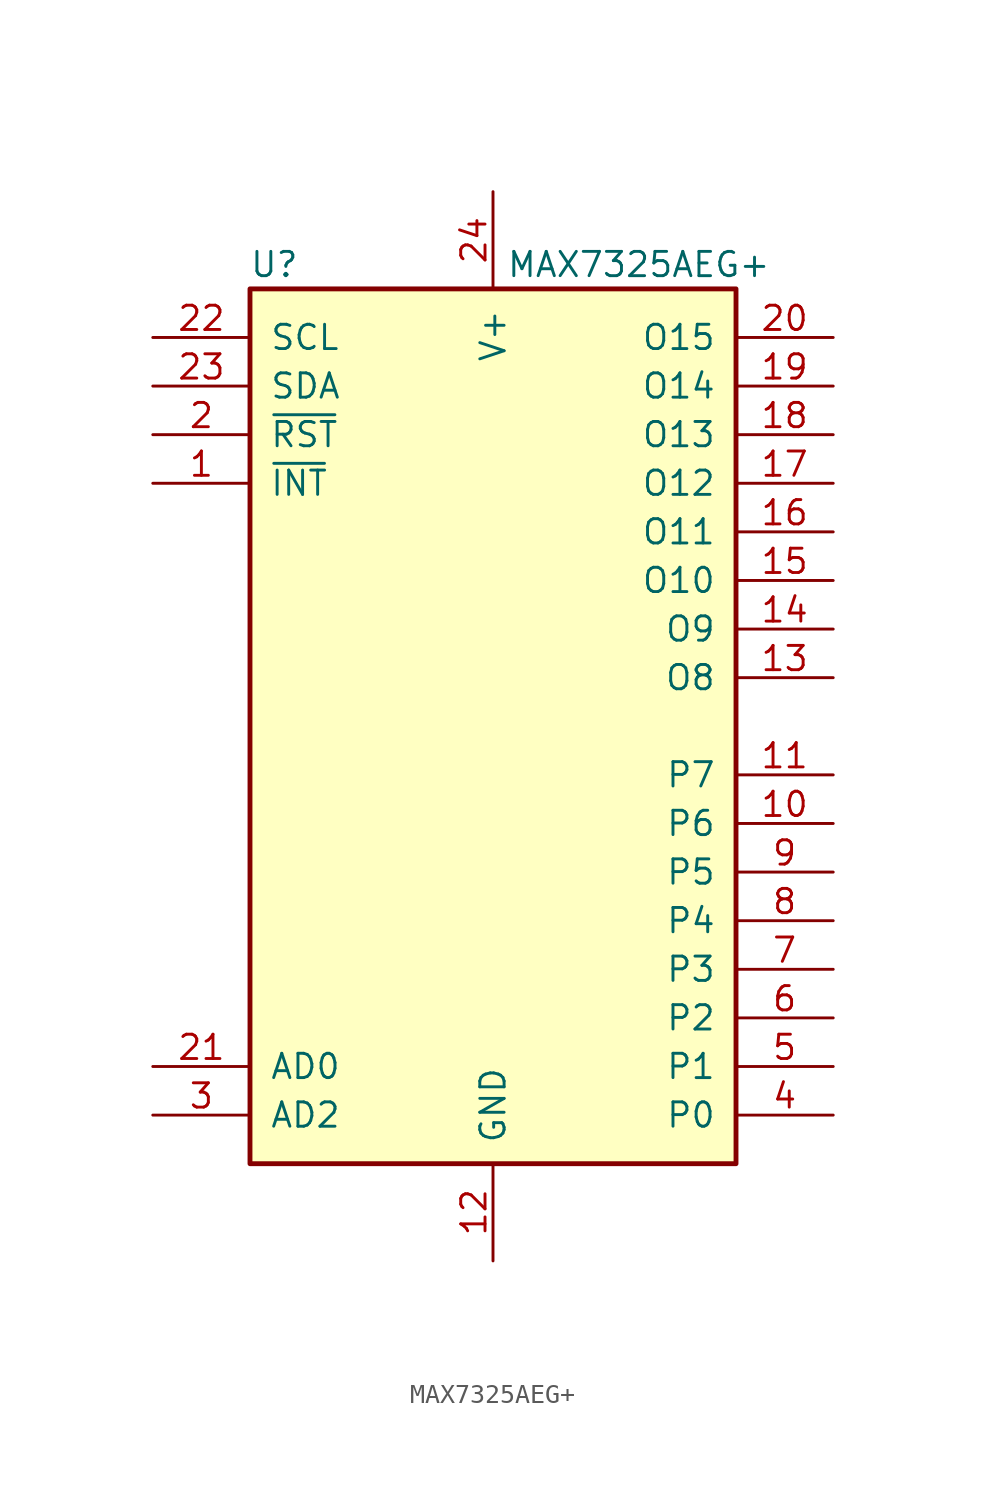
<source format=kicad_sym>
(kicad_symbol_lib
  (version 20201005)
  (generator kicad_symbol_editor)
  (symbol "MAX7325AEG+"
    (pin_names
      (offset 1.016))
    (property "Reference" "U"
      (at -11.43 24.13 0)
      (effects (font (size 1.27 1.27))))
    (property "Value" "MAX7325AEG+"
      (at 7.62 24.13 0)
      (effects (font (size 1.27 1.27))))
    (symbol "MAX7325AEG+_0_1"
      (rectangle (start -12.7 22.86) (end 12.7 -22.86) (stroke (width 0.254)) (fill (type background))))
    (symbol "MAX7325AEG+_1_1"
      (pin open_collector line (at -17.78 12.7 0) (length 5.08) (name "~INT" (effects (font (size 1.27 1.27)))) (number "1" (effects (font (size 1.27 1.27)))))
      (pin bidirectional line (at 17.78 -5.08 180) (length 5.08) (name "P6" (effects (font (size 1.27 1.27)))) (number "10" (effects (font (size 1.27 1.27)))))
      (pin bidirectional line (at 17.78 -2.54 180) (length 5.08) (name "P7" (effects (font (size 1.27 1.27)))) (number "11" (effects (font (size 1.27 1.27)))))
      (pin power_in line (at 0 -27.94 90) (length 5.08) (name "GND" (effects (font (size 1.27 1.27)))) (number "12" (effects (font (size 1.27 1.27)))))
      (pin open_collector line (at 17.78 2.54 180) (length 5.08) (name "O8" (effects (font (size 1.27 1.27)))) (number "13" (effects (font (size 1.27 1.27)))))
      (pin open_collector line (at 17.78 5.08 180) (length 5.08) (name "O9" (effects (font (size 1.27 1.27)))) (number "14" (effects (font (size 1.27 1.27)))))
      (pin open_collector line (at 17.78 7.62 180) (length 5.08) (name "O10" (effects (font (size 1.27 1.27)))) (number "15" (effects (font (size 1.27 1.27)))))
      (pin open_collector line (at 17.78 10.16 180) (length 5.08) (name "O11" (effects (font (size 1.27 1.27)))) (number "16" (effects (font (size 1.27 1.27)))))
      (pin open_collector line (at 17.78 12.7 180) (length 5.08) (name "O12" (effects (font (size 1.27 1.27)))) (number "17" (effects (font (size 1.27 1.27)))))
      (pin open_collector line (at 17.78 15.24 180) (length 5.08) (name "O13" (effects (font (size 1.27 1.27)))) (number "18" (effects (font (size 1.27 1.27)))))
      (pin open_collector line (at 17.78 17.78 180) (length 5.08) (name "O14" (effects (font (size 1.27 1.27)))) (number "19" (effects (font (size 1.27 1.27)))))
      (pin input line (at -17.78 15.24 0) (length 5.08) (name "~RST" (effects (font (size 1.27 1.27)))) (number "2" (effects (font (size 1.27 1.27)))))
      (pin open_collector line (at 17.78 20.32 180) (length 5.08) (name "O15" (effects (font (size 1.27 1.27)))) (number "20" (effects (font (size 1.27 1.27)))))
      (pin input line (at -17.78 -17.78 0) (length 5.08) (name "AD0" (effects (font (size 1.27 1.27)))) (number "21" (effects (font (size 1.27 1.27)))))
      (pin input line (at -17.78 20.32 0) (length 5.08) (name "SCL" (effects (font (size 1.27 1.27)))) (number "22" (effects (font (size 1.27 1.27)))))
      (pin bidirectional line (at -17.78 17.78 0) (length 5.08) (name "SDA" (effects (font (size 1.27 1.27)))) (number "23" (effects (font (size 1.27 1.27)))))
      (pin power_in line (at 0 27.94 270) (length 5.08) (name "V+" (effects (font (size 1.27 1.27)))) (number "24" (effects (font (size 1.27 1.27)))))
      (pin input line (at -17.78 -20.32 0) (length 5.08) (name "AD2" (effects (font (size 1.27 1.27)))) (number "3" (effects (font (size 1.27 1.27)))))
      (pin bidirectional line (at 17.78 -20.32 180) (length 5.08) (name "P0" (effects (font (size 1.27 1.27)))) (number "4" (effects (font (size 1.27 1.27)))))
      (pin bidirectional line (at 17.78 -17.78 180) (length 5.08) (name "P1" (effects (font (size 1.27 1.27)))) (number "5" (effects (font (size 1.27 1.27)))))
      (pin bidirectional line (at 17.78 -15.24 180) (length 5.08) (name "P2" (effects (font (size 1.27 1.27)))) (number "6" (effects (font (size 1.27 1.27)))))
      (pin bidirectional line (at 17.78 -12.7 180) (length 5.08) (name "P3" (effects (font (size 1.27 1.27)))) (number "7" (effects (font (size 1.27 1.27)))))
      (pin bidirectional line (at 17.78 -10.16 180) (length 5.08) (name "P4" (effects (font (size 1.27 1.27)))) (number "8" (effects (font (size 1.27 1.27)))))
      (pin bidirectional line (at 17.78 -7.62 180) (length 5.08) (name "P5" (effects (font (size 1.27 1.27)))) (number "9" (effects (font (size 1.27 1.27))))))))
</source>
